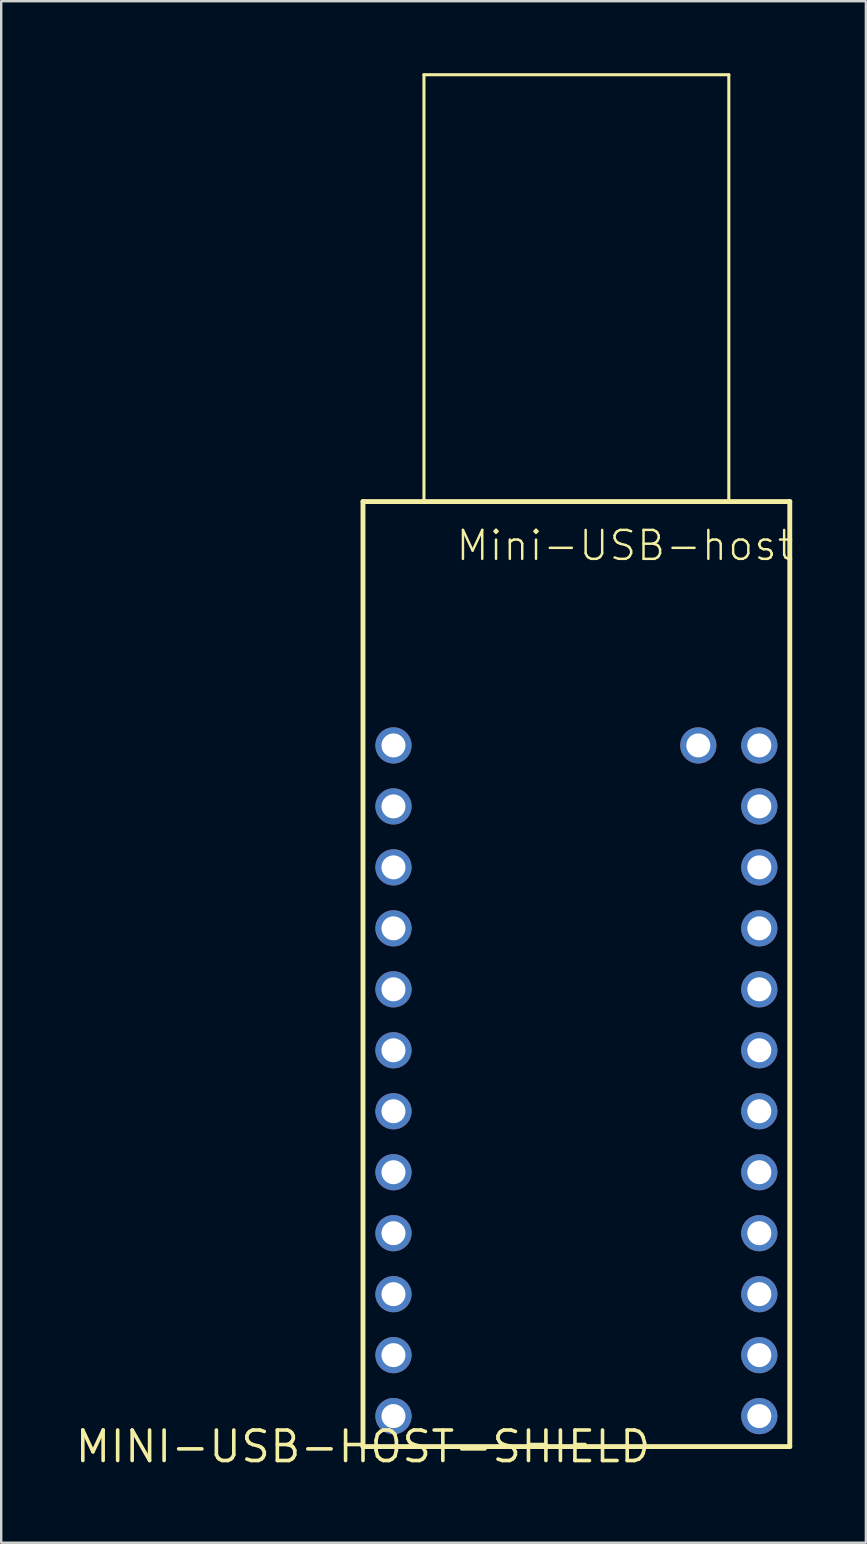
<source format=kicad_pcb>
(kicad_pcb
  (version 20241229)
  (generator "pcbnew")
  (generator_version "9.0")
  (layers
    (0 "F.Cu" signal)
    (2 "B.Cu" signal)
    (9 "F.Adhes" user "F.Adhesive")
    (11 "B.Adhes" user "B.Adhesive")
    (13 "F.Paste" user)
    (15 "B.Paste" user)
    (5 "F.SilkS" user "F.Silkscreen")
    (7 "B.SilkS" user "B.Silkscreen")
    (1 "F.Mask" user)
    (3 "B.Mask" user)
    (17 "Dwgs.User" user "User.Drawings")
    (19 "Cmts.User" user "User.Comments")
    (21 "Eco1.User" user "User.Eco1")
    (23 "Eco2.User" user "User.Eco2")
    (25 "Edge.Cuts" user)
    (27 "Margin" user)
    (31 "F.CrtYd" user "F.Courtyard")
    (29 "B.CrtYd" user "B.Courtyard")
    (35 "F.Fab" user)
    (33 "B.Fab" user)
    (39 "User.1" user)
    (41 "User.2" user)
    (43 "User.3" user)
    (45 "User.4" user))
  (footprint "MINI-USB-HOST-SHIELD"
    (layer "F.Cu")
    (at 12.072 57.214)
    (property "Reference" "MINI-USB-HOST-SHIELD" (at 0 0 0) (layer "F.SilkS") (effects (font (size 1.27 1.27) (thickness 0.15))))
    (attr through_hole)
    (fp_line (start 0 -39.37) (end 2.54 -39.37) (stroke (width 0.203) (type solid)) (layer "F.SilkS"))
    (fp_line (start 0 0) (end 0 -39.37) (stroke (width 0.203) (type solid)) (layer "F.SilkS"))
    (fp_line (start 2.54 -57.15) (end 15.24 -57.15) (stroke (width 0.127) (type solid)) (layer "F.SilkS"))
    (fp_line (start 2.54 -39.37) (end 2.54 -57.15) (stroke (width 0.127) (type solid)) (layer "F.SilkS"))
    (fp_line (start 2.54 -39.37) (end 15.24 -39.37) (stroke (width 0.203) (type solid)) (layer "F.SilkS"))
    (fp_line (start 15.24 -39.37) (end 15.24 -57.15) (stroke (width 0.127) (type solid)) (layer "F.SilkS"))
    (fp_line (start 15.24 -39.37) (end 17.78 -39.37) (stroke (width 0.203) (type solid)) (layer "F.SilkS"))
    (fp_line (start 17.78 -39.37) (end 17.78 0) (stroke (width 0.203) (type solid)) (layer "F.SilkS"))
    (fp_line (start 17.78 0) (end 0 0) (stroke (width 0.203) (type solid)) (layer "F.SilkS"))
    (fp_text user "Mini-USB-host" (at 3.81 -36.83 0) (layer "F.SilkS") (effects (font (size 1.206 1.206) (thickness 0.102)) (justify left bottom)))
    (pad "3V3" thru_hole circle (at 1.27 -8.89) (size 1.508 1.508) (drill 1) (layers "*.Cu" "*.Mask"))
    (pad "5V" thru_hole circle (at 13.97 -29.21) (size 1.508 1.508) (drill 1) (layers "*.Cu" "*.Mask"))
    (pad "GND" thru_hole circle (at 16.51 -8.89) (size 1.508 1.508) (drill 1) (layers "*.Cu" "*.Mask"))
    (pad "GND2" thru_hole circle (at 1.27 -3.81) (size 1.508 1.508) (drill 1) (layers "*.Cu" "*.Mask"))
    (pad "INT" thru_hole circle (at 16.51 -29.21) (size 1.508 1.508) (drill 1) (layers "*.Cu" "*.Mask"))
    (pad "MISO" thru_hole circle (at 1.27 -24.13) (size 1.508 1.508) (drill 1) (layers "*.Cu" "*.Mask"))
    (pad "MOSI" thru_hole circle (at 1.27 -26.67) (size 1.508 1.508) (drill 1) (layers "*.Cu" "*.Mask"))
    (pad "P$5" thru_hole circle (at 1.27 -19.05) (size 1.508 1.508) (drill 1) (layers "*.Cu" "*.Mask"))
    (pad "P$6" thru_hole circle (at 1.27 -16.51) (size 1.508 1.508) (drill 1) (layers "*.Cu" "*.Mask"))
    (pad "P$7" thru_hole circle (at 1.27 -13.97) (size 1.508 1.508) (drill 1) (layers "*.Cu" "*.Mask"))
    (pad "P$8" thru_hole circle (at 1.27 -11.43) (size 1.508 1.508) (drill 1) (layers "*.Cu" "*.Mask"))
    (pad "P$10" thru_hole circle (at 1.27 -6.35) (size 1.508 1.508) (drill 1) (layers "*.Cu" "*.Mask"))
    (pad "P$14" thru_hole circle (at 16.51 -26.67) (size 1.508 1.508) (drill 1) (layers "*.Cu" "*.Mask"))
    (pad "P$15" thru_hole circle (at 16.51 -24.13) (size 1.508 1.508) (drill 1) (layers "*.Cu" "*.Mask"))
    (pad "P$16" thru_hole circle (at 16.51 -21.59) (size 1.508 1.508) (drill 1) (layers "*.Cu" "*.Mask"))
    (pad "P$17" thru_hole circle (at 16.51 -19.05) (size 1.508 1.508) (drill 1) (layers "*.Cu" "*.Mask"))
    (pad "P$18" thru_hole circle (at 16.51 -16.51) (size 1.508 1.508) (drill 1) (layers "*.Cu" "*.Mask"))
    (pad "P$19" thru_hole circle (at 16.51 -13.97) (size 1.508 1.508) (drill 1) (layers "*.Cu" "*.Mask"))
    (pad "P$20" thru_hole circle (at 16.51 -11.43) (size 1.508 1.508) (drill 1) (layers "*.Cu" "*.Mask"))
    (pad "P$23" thru_hole circle (at 16.51 -3.81) (size 1.508 1.508) (drill 1) (layers "*.Cu" "*.Mask"))
    (pad "P$24" thru_hole circle (at 16.51 -1.27) (size 1.508 1.508) (drill 1) (layers "*.Cu" "*.Mask"))
    (pad "RAW" thru_hole circle (at 1.27 -1.27) (size 1.508 1.508) (drill 1) (layers "*.Cu" "*.Mask"))
    (pad "RST" thru_hole circle (at 16.51 -6.35) (size 1.508 1.508) (drill 1) (layers "*.Cu" "*.Mask"))
    (pad "SCK" thru_hole circle (at 1.27 -21.59) (size 1.508 1.508) (drill 1) (layers "*.Cu" "*.Mask"))
    (pad "SS" thru_hole circle (at 1.27 -29.21) (size 1.508 1.508) (drill 1) (layers "*.Cu" "*.Mask")))
  (gr_rect
    (start -3 -3)
    (end 33.022 61.22)
    (stroke (width 0.1) (type default))
    (fill no)
    (layer "Edge.Cuts")))
</source>
